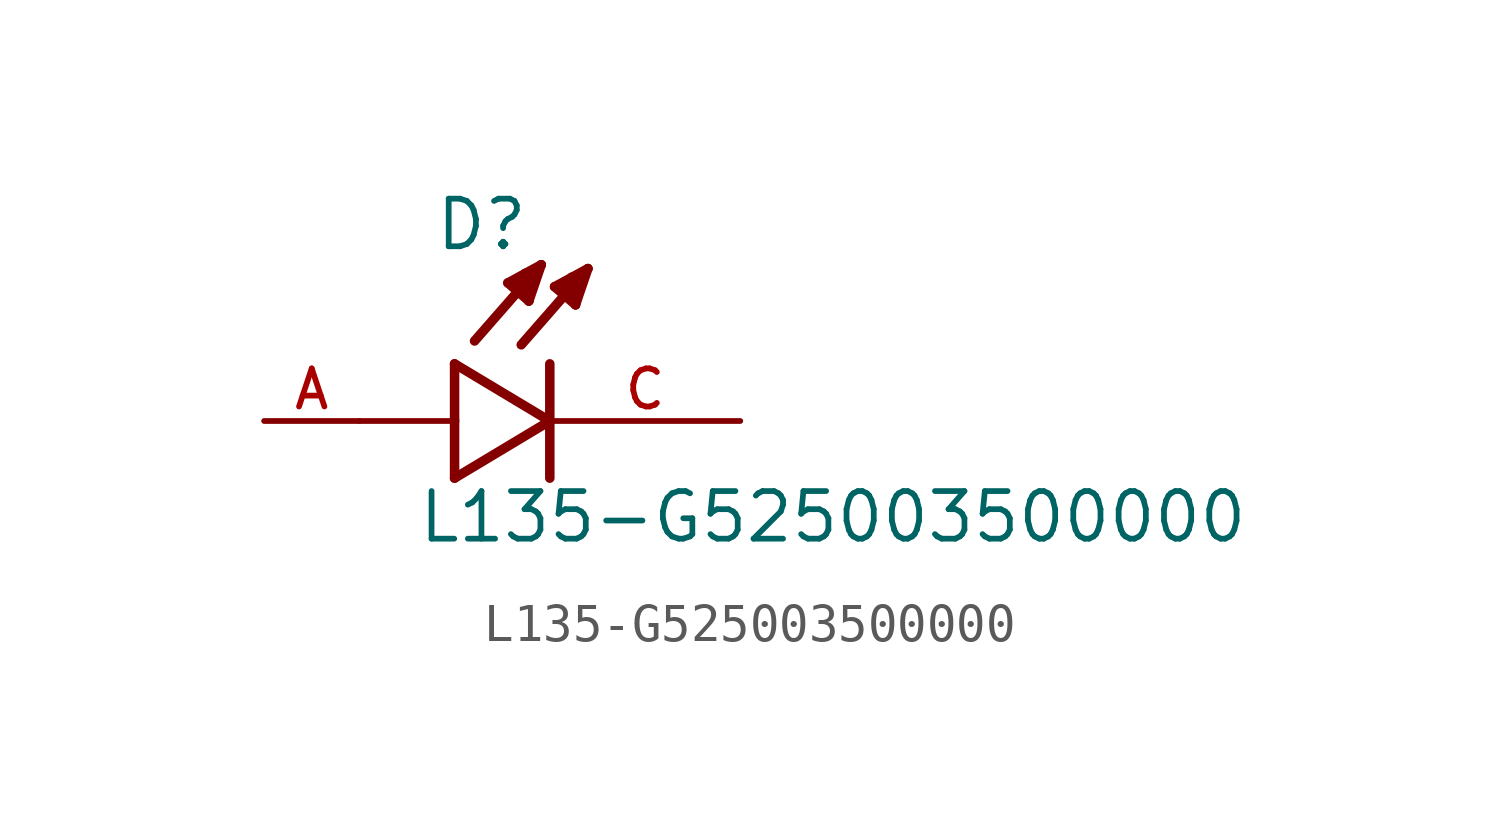
<source format=kicad_sym>
(kicad_symbol_lib
  (version 20211014)
  (generator kicad_symbol_editor)
  (symbol "L135-G525003500000"
    (pin_names
      (offset 1.016))
    (property "Reference" "D"
      (at -3.099 4.496 0)
      (effects (font (size 1.27 1.27)) (justify bottom left)))
    (property "Value" "L135-G525003500000"
      (at -3.556 -3.302 0)
      (effects (font (size 1.27 1.27)) (justify bottom left)))
    (symbol "L135-G525003500000_0_0"
      (polyline (pts (xy -2.54 1.524) (xy -2.54 0.0)) (stroke (width 0.254)))
      (polyline (pts (xy -2.54 0.0) (xy -2.54 -1.524)) (stroke (width 0.254)))
      (polyline (pts (xy -2.54 -1.524) (xy 0.0 0.0)) (stroke (width 0.254)))
      (polyline (pts (xy 0.0 0.0) (xy -2.54 1.524)) (stroke (width 0.254)))
      (polyline (pts (xy 0.0 1.524) (xy 0.0 -1.524)) (stroke (width 0.254)))
      (polyline (pts (xy -2.54 0.0) (xy -5.08 0.0)) (stroke (width 0.152)))
      (polyline (pts (xy 1.016 4.064) (xy -0.762 2.032)) (stroke (width 0.254)))
      (polyline (pts (xy 0.686 3.099) (xy 0.127 3.581)) (stroke (width 0.254)))
      (polyline (pts (xy 0.127 3.581) (xy 1.016 4.064)) (stroke (width 0.254)))
      (polyline (pts (xy 1.016 4.064) (xy 0.686 3.099)) (stroke (width 0.254)))
      (polyline (pts (xy 0.686 3.099) (xy 0.711 3.835)) (stroke (width 0.254)))
      (polyline (pts (xy 0.711 3.835) (xy 0.584 3.835)) (stroke (width 0.254)))
      (polyline (pts (xy 0.305 3.505) (xy 0.533 3.658)) (stroke (width 0.254)))
      (polyline (pts (xy -0.229 4.166) (xy -2.007 2.134)) (stroke (width 0.254)))
      (polyline (pts (xy -0.559 3.2) (xy -1.118 3.683)) (stroke (width 0.254)))
      (polyline (pts (xy -1.118 3.683) (xy -0.229 4.166)) (stroke (width 0.254)))
      (polyline (pts (xy -0.229 4.166) (xy -0.559 3.2)) (stroke (width 0.254)))
      (polyline (pts (xy -0.559 3.2) (xy -0.533 3.937)) (stroke (width 0.254)))
      (polyline (pts (xy -0.533 3.937) (xy -0.66 3.937)) (stroke (width 0.254)))
      (polyline (pts (xy -0.94 3.607) (xy -0.711 3.759)) (stroke (width 0.254)))
      (pin passive line (at 5.08 0.0 180.0) (length 5.08) (name "~" (effects (font (size 1.016 1.016)))) (number "C" (effects (font (size 1.016 1.016)))))
      (pin passive line (at -7.62 0.0 0) (length 2.54) (name "~" (effects (font (size 1.016 1.016)))) (number "A" (effects (font (size 1.016 1.016))))))))
</source>
